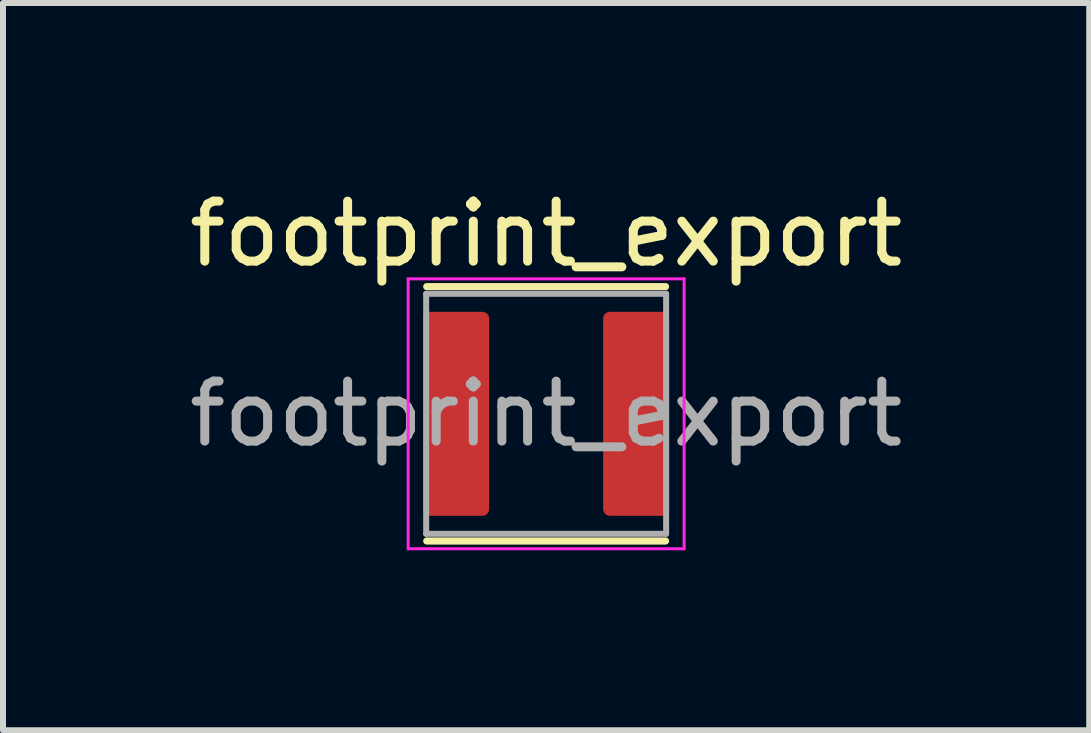
<source format=kicad_pcb>
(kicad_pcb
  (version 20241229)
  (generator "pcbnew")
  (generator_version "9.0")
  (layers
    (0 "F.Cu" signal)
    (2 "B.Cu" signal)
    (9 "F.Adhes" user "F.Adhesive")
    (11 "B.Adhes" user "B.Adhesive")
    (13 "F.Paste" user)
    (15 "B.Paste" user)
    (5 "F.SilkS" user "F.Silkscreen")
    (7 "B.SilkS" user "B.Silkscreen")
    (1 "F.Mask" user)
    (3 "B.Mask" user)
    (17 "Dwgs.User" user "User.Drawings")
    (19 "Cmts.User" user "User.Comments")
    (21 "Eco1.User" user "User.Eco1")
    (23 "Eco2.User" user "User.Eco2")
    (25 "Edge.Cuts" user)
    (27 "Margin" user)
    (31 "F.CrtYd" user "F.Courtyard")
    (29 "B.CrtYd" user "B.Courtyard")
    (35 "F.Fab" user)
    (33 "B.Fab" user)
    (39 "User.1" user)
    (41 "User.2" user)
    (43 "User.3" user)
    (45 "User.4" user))
  (footprint "footprint_export"
    (layer "F.Cu")
    (at 6.054 3.848)
    (property "Reference" "footprint_export" (at 0 -3 0) (layer "F.SilkS") (effects (font (size 1 1) (thickness 0.15))))
    (attr smd)
    (fp_line (start -1.99 -2.12) (end 1.99 -2.12) (stroke (width 0.12) (type solid)) (layer "F.SilkS"))
    (fp_line (start -1.99 2.12) (end 1.99 2.12) (stroke (width 0.12) (type solid)) (layer "F.SilkS"))
    (fp_line (start -2.3 -2.25) (end -2.3 2.25) (stroke (width 0.05) (type solid)) (layer "F.CrtYd"))
    (fp_line (start -2.3 2.25) (end 2.3 2.25) (stroke (width 0.05) (type solid)) (layer "F.CrtYd"))
    (fp_line (start 2.3 -2.25) (end -2.3 -2.25) (stroke (width 0.05) (type solid)) (layer "F.CrtYd"))
    (fp_line (start 2.3 2.25) (end 2.3 -2.25) (stroke (width 0.05) (type solid)) (layer "F.CrtYd"))
    (fp_line (start -2 -2) (end 2 -2) (stroke (width 0.1) (type solid)) (layer "F.Fab"))
    (fp_line (start -2 2) (end -2 -2) (stroke (width 0.1) (type solid)) (layer "F.Fab"))
    (fp_line (start 2 -2) (end 2 2) (stroke (width 0.1) (type solid)) (layer "F.Fab"))
    (fp_line (start 2 2) (end -2 2) (stroke (width 0.1) (type solid)) (layer "F.Fab"))
    (fp_text user "${REFERENCE}" (at 0 0 0) (layer "F.Fab") (effects (font (size 1 1) (thickness 0.15))))
    (pad "1" smd roundrect (at -1.5 0) (size 1.1 3.4) (layers "F.Cu" "F.Mask" "F.Paste") (roundrect_rratio 0.1))
    (pad "2" smd roundrect (at 1.5 0) (size 1.1 3.4) (layers "F.Cu" "F.Mask" "F.Paste") (roundrect_rratio 0.1)))
  (gr_rect
    (start -3 -3)
    (end 15.107 9.123)
    (stroke (width 0.1) (type default))
    (fill no)
    (layer "Edge.Cuts")))
</source>
